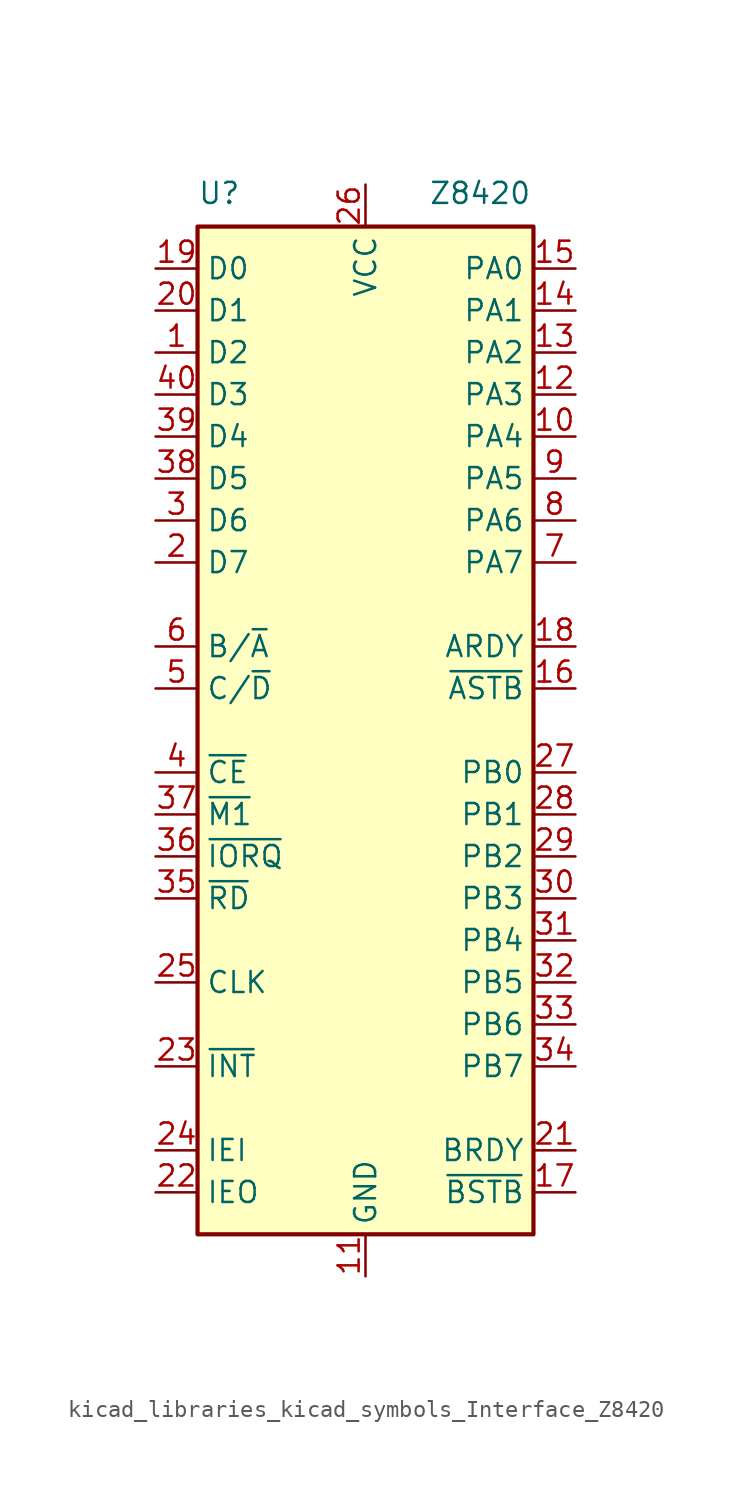
<source format=kicad_sym>
(kicad_symbol_lib
  (version 20220914)
  (generator kicad_symbol_editor)
  (symbol "kicad_libraries_kicad_symbols_Interface_Z8420"
    (property "Reference" "U"
      (at -10.16 31.75 0)
      (effects (font (size 1.27 1.27)) (justify left bottom)))
    (property "Value" "Z8420"
      (at 3.81 31.75 0)
      (effects (font (size 1.27 1.27)) (justify left bottom)))
    (symbol "kicad_libraries_kicad_symbols_Interface_Z8420_1_0"
      (rectangle (start -10.16 30.48) (end 10.16 -30.48) (stroke (width 0.254) (type default)) (fill (type background))))
    (symbol "kicad_libraries_kicad_symbols_Interface_Z8420_1_1"
      (pin bidirectional line (at -12.7 22.86 0) (length 2.54) (name "D2" (effects (font (size 1.27 1.27)))) (number "1" (effects (font (size 1.27 1.27)))))
      (pin bidirectional line (at 12.7 17.78 180) (length 2.54) (name "PA4" (effects (font (size 1.27 1.27)))) (number "10" (effects (font (size 1.27 1.27)))))
      (pin power_in line (at 0 -33.02 90) (length 2.54) (name "GND" (effects (font (size 1.27 1.27)))) (number "11" (effects (font (size 1.27 1.27)))))
      (pin bidirectional line (at 12.7 20.32 180) (length 2.54) (name "PA3" (effects (font (size 1.27 1.27)))) (number "12" (effects (font (size 1.27 1.27)))))
      (pin bidirectional line (at 12.7 22.86 180) (length 2.54) (name "PA2" (effects (font (size 1.27 1.27)))) (number "13" (effects (font (size 1.27 1.27)))))
      (pin bidirectional line (at 12.7 25.4 180) (length 2.54) (name "PA1" (effects (font (size 1.27 1.27)))) (number "14" (effects (font (size 1.27 1.27)))))
      (pin bidirectional line (at 12.7 27.94 180) (length 2.54) (name "PA0" (effects (font (size 1.27 1.27)))) (number "15" (effects (font (size 1.27 1.27)))))
      (pin input line (at 12.7 2.54 180) (length 2.54) (name "~{ASTB}" (effects (font (size 1.27 1.27)))) (number "16" (effects (font (size 1.27 1.27)))))
      (pin input line (at 12.7 -27.94 180) (length 2.54) (name "~{BSTB}" (effects (font (size 1.27 1.27)))) (number "17" (effects (font (size 1.27 1.27)))))
      (pin output line (at 12.7 5.08 180) (length 2.54) (name "ARDY" (effects (font (size 1.27 1.27)))) (number "18" (effects (font (size 1.27 1.27)))))
      (pin bidirectional line (at -12.7 27.94 0) (length 2.54) (name "D0" (effects (font (size 1.27 1.27)))) (number "19" (effects (font (size 1.27 1.27)))))
      (pin bidirectional line (at -12.7 10.16 0) (length 2.54) (name "D7" (effects (font (size 1.27 1.27)))) (number "2" (effects (font (size 1.27 1.27)))))
      (pin bidirectional line (at -12.7 25.4 0) (length 2.54) (name "D1" (effects (font (size 1.27 1.27)))) (number "20" (effects (font (size 1.27 1.27)))))
      (pin output line (at 12.7 -25.4 180) (length 2.54) (name "BRDY" (effects (font (size 1.27 1.27)))) (number "21" (effects (font (size 1.27 1.27)))))
      (pin output line (at -12.7 -27.94 0) (length 2.54) (name "IEO" (effects (font (size 1.27 1.27)))) (number "22" (effects (font (size 1.27 1.27)))))
      (pin open_collector line (at -12.7 -20.32 0) (length 2.54) (name "~{INT}" (effects (font (size 1.27 1.27)))) (number "23" (effects (font (size 1.27 1.27)))))
      (pin input line (at -12.7 -25.4 0) (length 2.54) (name "IEI" (effects (font (size 1.27 1.27)))) (number "24" (effects (font (size 1.27 1.27)))))
      (pin input line (at -12.7 -15.24 0) (length 2.54) (name "CLK" (effects (font (size 1.27 1.27)))) (number "25" (effects (font (size 1.27 1.27)))))
      (pin power_in line (at 0 33.02 270) (length 2.54) (name "VCC" (effects (font (size 1.27 1.27)))) (number "26" (effects (font (size 1.27 1.27)))))
      (pin bidirectional line (at 12.7 -2.54 180) (length 2.54) (name "PB0" (effects (font (size 1.27 1.27)))) (number "27" (effects (font (size 1.27 1.27)))))
      (pin bidirectional line (at 12.7 -5.08 180) (length 2.54) (name "PB1" (effects (font (size 1.27 1.27)))) (number "28" (effects (font (size 1.27 1.27)))))
      (pin bidirectional line (at 12.7 -7.62 180) (length 2.54) (name "PB2" (effects (font (size 1.27 1.27)))) (number "29" (effects (font (size 1.27 1.27)))))
      (pin bidirectional line (at -12.7 12.7 0) (length 2.54) (name "D6" (effects (font (size 1.27 1.27)))) (number "3" (effects (font (size 1.27 1.27)))))
      (pin bidirectional line (at 12.7 -10.16 180) (length 2.54) (name "PB3" (effects (font (size 1.27 1.27)))) (number "30" (effects (font (size 1.27 1.27)))))
      (pin bidirectional line (at 12.7 -12.7 180) (length 2.54) (name "PB4" (effects (font (size 1.27 1.27)))) (number "31" (effects (font (size 1.27 1.27)))))
      (pin bidirectional line (at 12.7 -15.24 180) (length 2.54) (name "PB5" (effects (font (size 1.27 1.27)))) (number "32" (effects (font (size 1.27 1.27)))))
      (pin bidirectional line (at 12.7 -17.78 180) (length 2.54) (name "PB6" (effects (font (size 1.27 1.27)))) (number "33" (effects (font (size 1.27 1.27)))))
      (pin bidirectional line (at 12.7 -20.32 180) (length 2.54) (name "PB7" (effects (font (size 1.27 1.27)))) (number "34" (effects (font (size 1.27 1.27)))))
      (pin input line (at -12.7 -10.16 0) (length 2.54) (name "~{RD}" (effects (font (size 1.27 1.27)))) (number "35" (effects (font (size 1.27 1.27)))))
      (pin input line (at -12.7 -7.62 0) (length 2.54) (name "~{IORQ}" (effects (font (size 1.27 1.27)))) (number "36" (effects (font (size 1.27 1.27)))))
      (pin input line (at -12.7 -5.08 0) (length 2.54) (name "~{M1}" (effects (font (size 1.27 1.27)))) (number "37" (effects (font (size 1.27 1.27)))))
      (pin bidirectional line (at -12.7 15.24 0) (length 2.54) (name "D5" (effects (font (size 1.27 1.27)))) (number "38" (effects (font (size 1.27 1.27)))))
      (pin bidirectional line (at -12.7 17.78 0) (length 2.54) (name "D4" (effects (font (size 1.27 1.27)))) (number "39" (effects (font (size 1.27 1.27)))))
      (pin input line (at -12.7 -2.54 0) (length 2.54) (name "~{CE}" (effects (font (size 1.27 1.27)))) (number "4" (effects (font (size 1.27 1.27)))))
      (pin bidirectional line (at -12.7 20.32 0) (length 2.54) (name "D3" (effects (font (size 1.27 1.27)))) (number "40" (effects (font (size 1.27 1.27)))))
      (pin input line (at -12.7 2.54 0) (length 2.54) (name "C/~{D}" (effects (font (size 1.27 1.27)))) (number "5" (effects (font (size 1.27 1.27)))))
      (pin input line (at -12.7 5.08 0) (length 2.54) (name "B/~{A}" (effects (font (size 1.27 1.27)))) (number "6" (effects (font (size 1.27 1.27)))))
      (pin bidirectional line (at 12.7 10.16 180) (length 2.54) (name "PA7" (effects (font (size 1.27 1.27)))) (number "7" (effects (font (size 1.27 1.27)))))
      (pin bidirectional line (at 12.7 12.7 180) (length 2.54) (name "PA6" (effects (font (size 1.27 1.27)))) (number "8" (effects (font (size 1.27 1.27)))))
      (pin bidirectional line (at 12.7 15.24 180) (length 2.54) (name "PA5" (effects (font (size 1.27 1.27)))) (number "9" (effects (font (size 1.27 1.27))))))))
</source>
